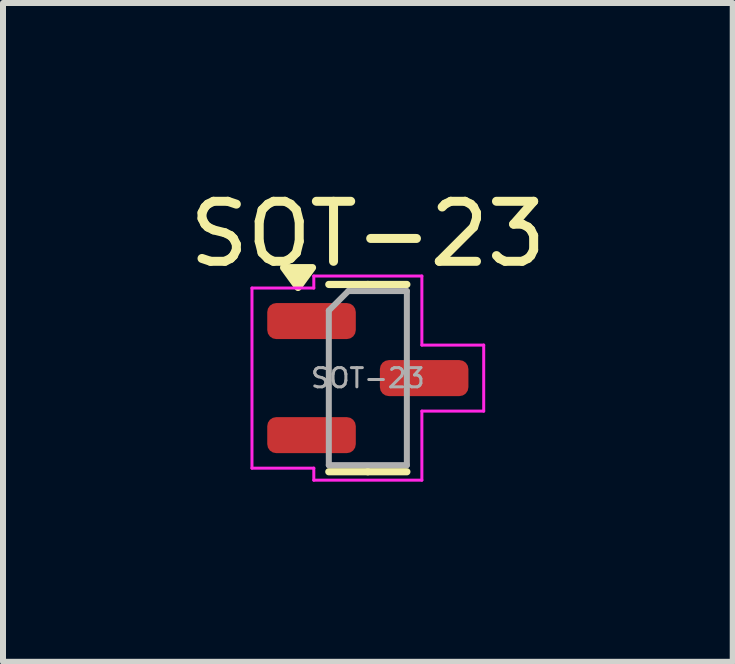
<source format=kicad_pcb>
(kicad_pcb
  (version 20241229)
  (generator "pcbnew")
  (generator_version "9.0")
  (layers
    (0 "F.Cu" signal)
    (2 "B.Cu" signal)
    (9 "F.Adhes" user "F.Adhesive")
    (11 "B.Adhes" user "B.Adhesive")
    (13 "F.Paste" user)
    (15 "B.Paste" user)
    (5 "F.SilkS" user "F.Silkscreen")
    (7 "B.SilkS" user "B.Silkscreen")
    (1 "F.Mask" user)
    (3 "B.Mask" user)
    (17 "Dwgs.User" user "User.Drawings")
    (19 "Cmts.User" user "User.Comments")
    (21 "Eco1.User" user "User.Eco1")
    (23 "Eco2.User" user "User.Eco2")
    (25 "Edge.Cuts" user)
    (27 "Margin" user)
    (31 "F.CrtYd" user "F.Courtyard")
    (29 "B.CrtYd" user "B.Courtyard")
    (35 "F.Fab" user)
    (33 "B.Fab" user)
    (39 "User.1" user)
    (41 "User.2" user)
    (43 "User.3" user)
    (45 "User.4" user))
  (footprint "SOT-23"
    (layer "F.Cu")
    (at 3.077 3.248)
    (property "Reference" "SOT-23" (at 0 -2.4 0) (layer "F.SilkS") (effects (font (size 1 1) (thickness 0.15))))
    (attr smd)
    (fp_line (start 0 -1.56) (end -0.65 -1.56) (stroke (width 0.12) (type solid)) (layer "F.SilkS"))
    (fp_line (start 0 -1.56) (end 0.65 -1.56) (stroke (width 0.12) (type solid)) (layer "F.SilkS"))
    (fp_line (start 0 1.56) (end -0.65 1.56) (stroke (width 0.12) (type solid)) (layer "F.SilkS"))
    (fp_line (start 0 1.56) (end 0.65 1.56) (stroke (width 0.12) (type solid)) (layer "F.SilkS"))
    (fp_poly (pts (xy -1.163 -1.51) (xy -1.403 -1.84) (xy -0.922 -1.84)) (stroke (width 0.12) (type solid)) (fill yes) (layer "F.SilkS"))
    (fp_line (start -1.93 -1.5) (end -0.9 -1.5) (stroke (width 0.05) (type solid)) (layer "F.CrtYd"))
    (fp_line (start -1.93 1.5) (end -1.93 -1.5) (stroke (width 0.05) (type solid)) (layer "F.CrtYd"))
    (fp_line (start -0.9 -1.7) (end 0.9 -1.7) (stroke (width 0.05) (type solid)) (layer "F.CrtYd"))
    (fp_line (start -0.9 -1.5) (end -0.9 -1.7) (stroke (width 0.05) (type solid)) (layer "F.CrtYd"))
    (fp_line (start -0.9 1.5) (end -1.93 1.5) (stroke (width 0.05) (type solid)) (layer "F.CrtYd"))
    (fp_line (start -0.9 1.7) (end -0.9 1.5) (stroke (width 0.05) (type solid)) (layer "F.CrtYd"))
    (fp_line (start 0.9 -1.7) (end 0.9 -0.55) (stroke (width 0.05) (type solid)) (layer "F.CrtYd"))
    (fp_line (start 0.9 -0.55) (end 1.93 -0.55) (stroke (width 0.05) (type solid)) (layer "F.CrtYd"))
    (fp_line (start 0.9 0.55) (end 0.9 1.7) (stroke (width 0.05) (type solid)) (layer "F.CrtYd"))
    (fp_line (start 0.9 1.7) (end -0.9 1.7) (stroke (width 0.05) (type solid)) (layer "F.CrtYd"))
    (fp_line (start 1.93 -0.55) (end 1.93 0.55) (stroke (width 0.05) (type solid)) (layer "F.CrtYd"))
    (fp_line (start 1.93 0.55) (end 0.9 0.55) (stroke (width 0.05) (type solid)) (layer "F.CrtYd"))
    (fp_line (start -0.65 -1.125) (end -0.325 -1.45) (stroke (width 0.1) (type solid)) (layer "F.Fab"))
    (fp_line (start -0.65 1.45) (end -0.65 -1.125) (stroke (width 0.1) (type solid)) (layer "F.Fab"))
    (fp_line (start -0.325 -1.45) (end 0.65 -1.45) (stroke (width 0.1) (type solid)) (layer "F.Fab"))
    (fp_line (start 0.65 -1.45) (end 0.65 1.45) (stroke (width 0.1) (type solid)) (layer "F.Fab"))
    (fp_line (start 0.65 1.45) (end -0.65 1.45) (stroke (width 0.1) (type solid)) (layer "F.Fab"))
    (fp_text user "${REFERENCE}" (at 0 0 0) (layer "F.Fab") (effects (font (size 0.32 0.32) (thickness 0.05))))
    (pad "1" smd roundrect (at -0.938 -0.95) (size 1.475 0.6) (layers "F.Cu" "F.Mask" "F.Paste") (roundrect_rratio 0.25))
    (pad "2" smd roundrect (at -0.938 0.95) (size 1.475 0.6) (layers "F.Cu" "F.Mask" "F.Paste") (roundrect_rratio 0.25))
    (pad "3" smd roundrect (at 0.938 0) (size 1.475 0.6) (layers "F.Cu" "F.Mask" "F.Paste") (roundrect_rratio 0.25)))
  (gr_rect
    (start -3 -3)
    (end 9.155 7.973)
    (stroke (width 0.1) (type default))
    (fill no)
    (layer "Edge.Cuts")))
</source>
